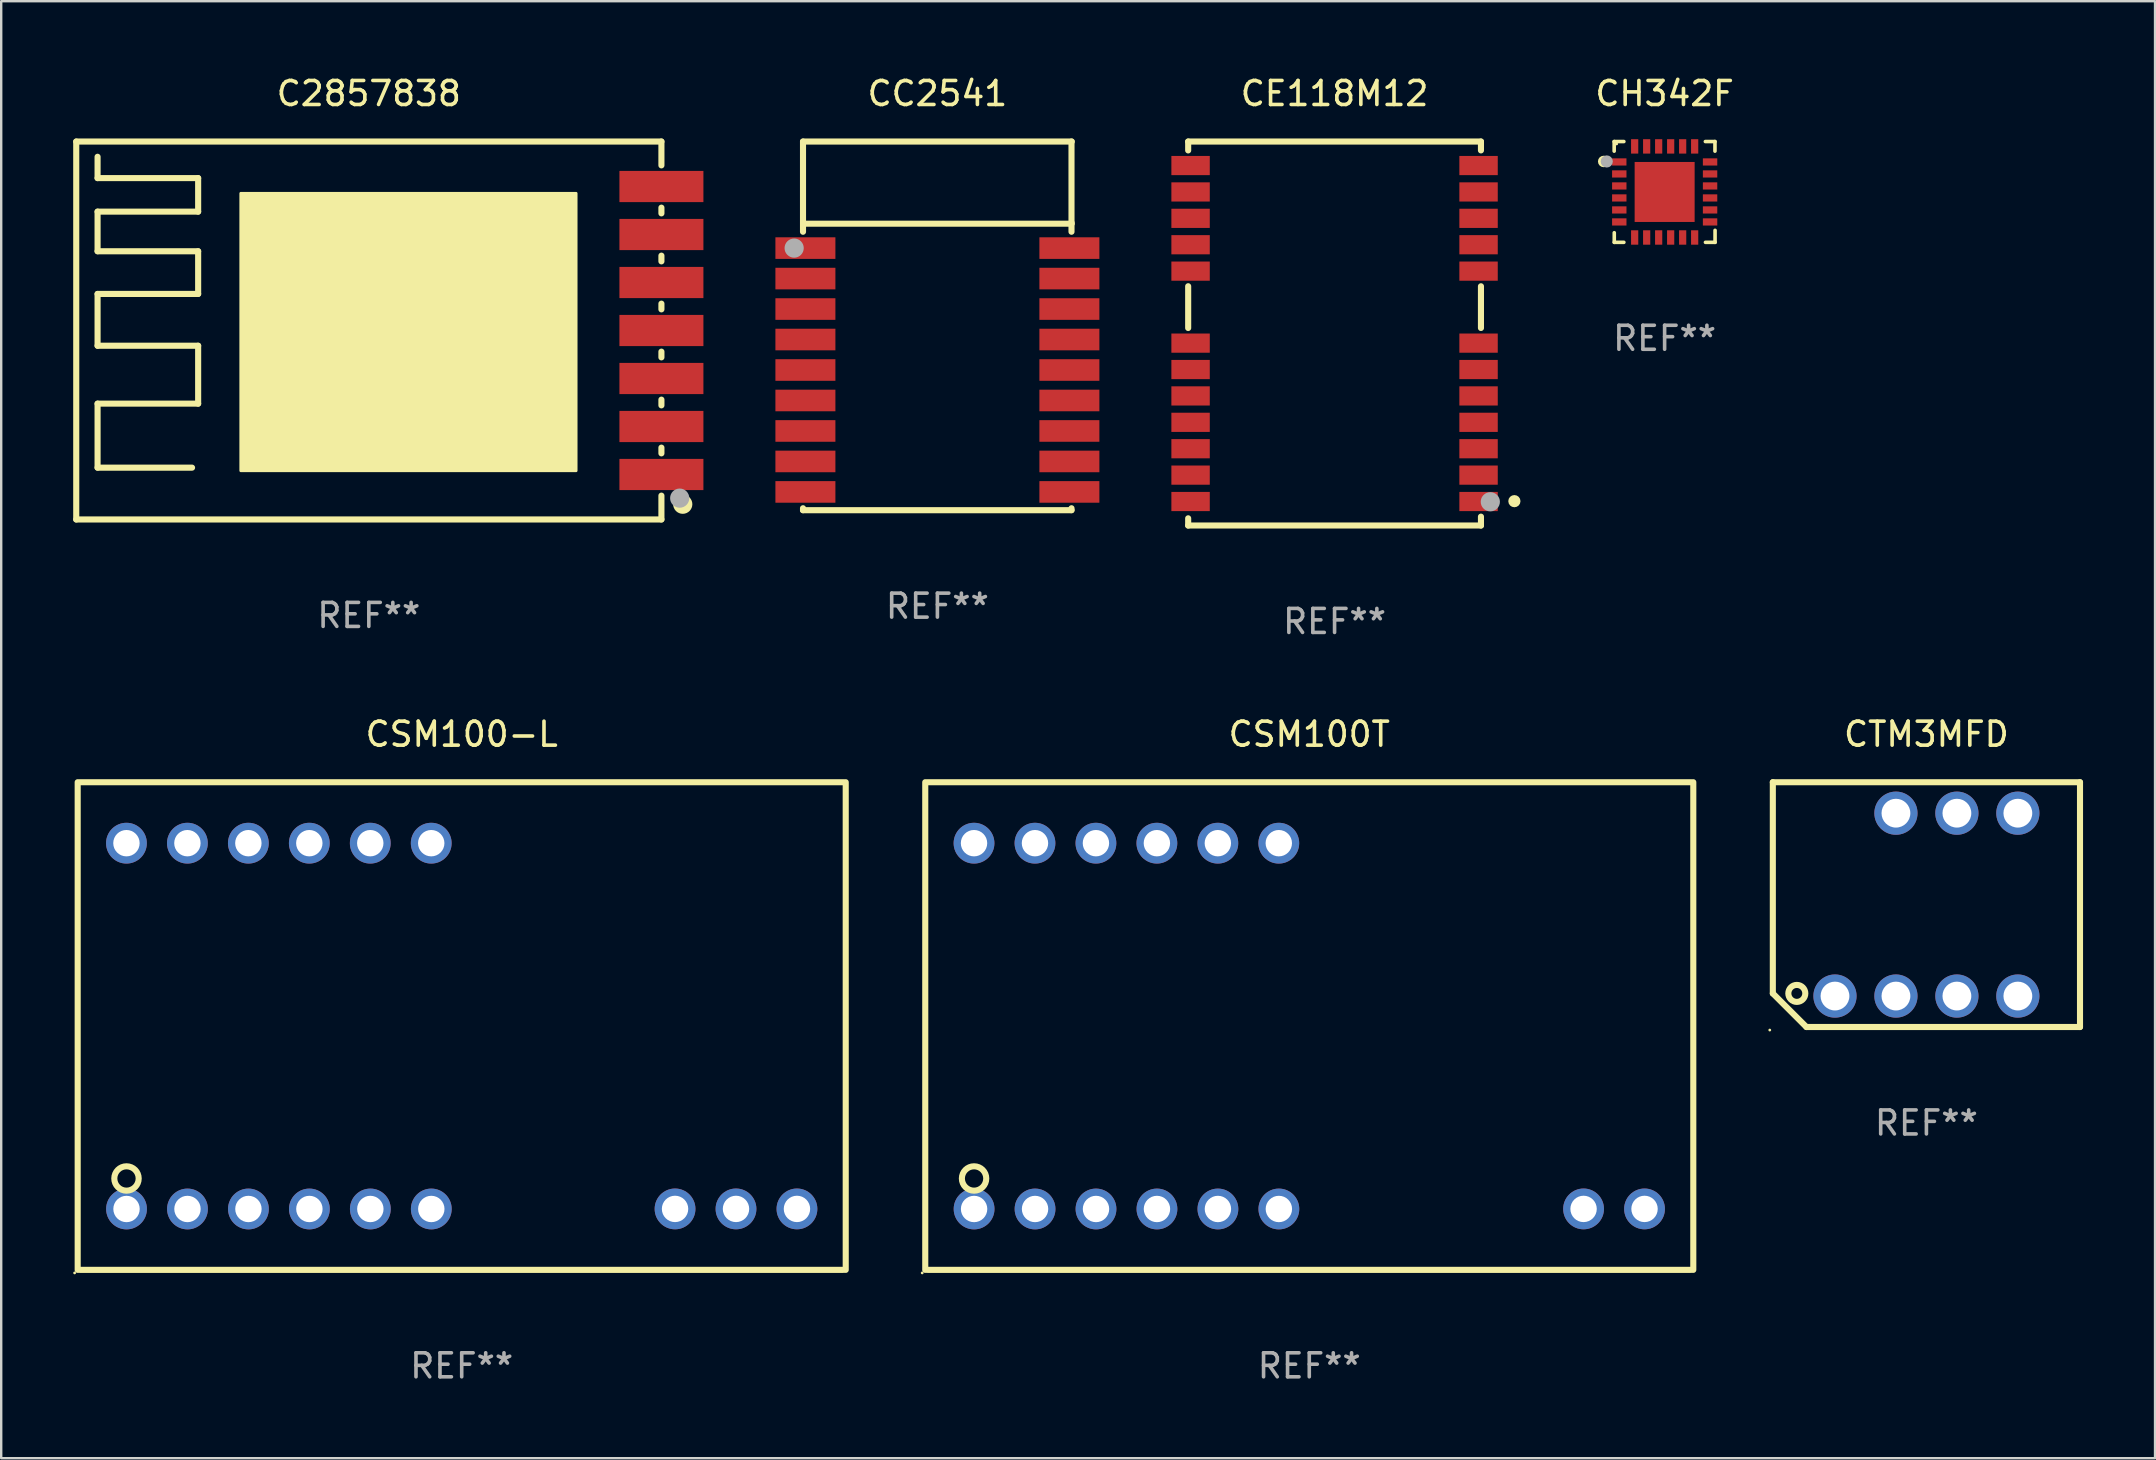
<source format=kicad_pcb>
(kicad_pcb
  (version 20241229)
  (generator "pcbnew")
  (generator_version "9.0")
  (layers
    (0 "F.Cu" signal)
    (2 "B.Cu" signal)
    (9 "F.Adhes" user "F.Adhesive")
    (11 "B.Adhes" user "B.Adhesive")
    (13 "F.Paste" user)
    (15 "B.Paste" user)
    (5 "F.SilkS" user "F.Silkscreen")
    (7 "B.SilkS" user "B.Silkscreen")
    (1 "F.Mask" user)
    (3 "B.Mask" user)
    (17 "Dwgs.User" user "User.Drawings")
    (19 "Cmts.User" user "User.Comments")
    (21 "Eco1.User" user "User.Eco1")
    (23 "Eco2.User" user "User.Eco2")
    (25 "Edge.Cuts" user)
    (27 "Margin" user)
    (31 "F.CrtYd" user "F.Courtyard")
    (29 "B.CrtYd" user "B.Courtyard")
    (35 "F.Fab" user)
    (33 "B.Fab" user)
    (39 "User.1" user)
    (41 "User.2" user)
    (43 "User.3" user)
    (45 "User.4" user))
  (footprint "CTM3MFD"
    (layer "F.Cu")
    (at 77.223 34.645)
    (property "Reference" "CTM3MFD" (at 0 -7.1 0) (layer "F.SilkS") (effects (font (size 1 1) (thickness 0.15))))
    (attr through_hole)
    (fp_line (start -6.4 -5.1) (end 6.4 -5.1) (stroke (width 0.254) (type solid)) (layer "F.SilkS"))
    (fp_line (start -6.4 3.7) (end -6.4 -5.1) (stroke (width 0.254) (type solid)) (layer "F.SilkS"))
    (fp_line (start -6.4 3.7) (end -5 5.1) (stroke (width 0.254) (type solid)) (layer "F.SilkS"))
    (fp_line (start 6.4 -5.1) (end 6.4 5.1) (stroke (width 0.254) (type solid)) (layer "F.SilkS"))
    (fp_line (start 6.4 5.1) (end -5 5.1) (stroke (width 0.254) (type solid)) (layer "F.SilkS"))
    (fp_circle (center -6.527 5.227) (end -6.497 5.227) (stroke (width 0.06) (type solid)) (fill no) (layer "F.SilkS"))
    (fp_circle (center -5.4 3.7) (end -5.046 3.7) (stroke (width 0.254) (type solid)) (fill no) (layer "F.SilkS"))
    (fp_text user "REF**" (at 0 9.1 0) (layer "F.Fab") (effects (font (size 1 1) (thickness 0.15))))
    (pad "1" thru_hole circle (at -3.81 3.81) (size 1.8 1.8) (drill 1.2) (layers "*.Cu" "*.Mask"))
    (pad "2" thru_hole circle (at -1.27 3.81) (size 1.8 1.8) (drill 1.2) (layers "*.Cu" "*.Mask"))
    (pad "3" thru_hole circle (at 1.27 3.81) (size 1.8 1.8) (drill 1.2) (layers "*.Cu" "*.Mask"))
    (pad "4" thru_hole circle (at 3.81 3.81) (size 1.8 1.8) (drill 1.2) (layers "*.Cu" "*.Mask"))
    (pad "5" thru_hole circle (at 3.81 -3.81) (size 1.8 1.8) (drill 1.2) (layers "*.Cu" "*.Mask"))
    (pad "6" thru_hole circle (at 1.27 -3.81) (size 1.8 1.8) (drill 1.2) (layers "*.Cu" "*.Mask"))
    (pad "7" thru_hole circle (at -1.27 -3.81) (size 1.8 1.8) (drill 1.2) (layers "*.Cu" "*.Mask")))
  (footprint "CSM100T"
    (layer "F.Cu")
    (at 51.507 39.705)
    (property "Reference" "CSM100T" (at 0 -12.16 0) (layer "F.SilkS") (effects (font (size 1 1) (thickness 0.15))))
    (attr through_hole)
    (fp_line (start -16.002 -10.16) (end -16.002 10.16) (stroke (width 0.254) (type solid)) (layer "F.SilkS"))
    (fp_line (start -15.9 -10.16) (end 15.9 -10.16) (stroke (width 0.254) (type solid)) (layer "F.SilkS"))
    (fp_line (start -15.9 10.16) (end 15.9 10.16) (stroke (width 0.254) (type solid)) (layer "F.SilkS"))
    (fp_line (start 16.002 -10.16) (end 16.002 10.16) (stroke (width 0.254) (type solid)) (layer "F.SilkS"))
    (fp_circle (center -16.129 10.287) (end -16.099 10.287) (stroke (width 0.06) (type solid)) (fill no) (layer "F.SilkS"))
    (fp_circle (center -13.968 6.352) (end -13.46 6.352) (stroke (width 0.254) (type solid)) (fill no) (layer "F.SilkS"))
    (fp_text user "REF**" (at 0 14.16 0) (layer "F.Fab") (effects (font (size 1 1) (thickness 0.15))))
    (pad "1" thru_hole circle (at -13.967 7.623) (size 1.7 1.7) (drill 1.1) (layers "*.Cu" "*.Mask"))
    (pad "2" thru_hole circle (at -11.427 7.623) (size 1.7 1.7) (drill 1.1) (layers "*.Cu" "*.Mask"))
    (pad "3" thru_hole circle (at -8.887 7.623) (size 1.7 1.7) (drill 1.1) (layers "*.Cu" "*.Mask"))
    (pad "4" thru_hole circle (at -6.347 7.623) (size 1.7 1.7) (drill 1.1) (layers "*.Cu" "*.Mask"))
    (pad "5" thru_hole circle (at -3.807 7.623) (size 1.7 1.7) (drill 1.1) (layers "*.Cu" "*.Mask"))
    (pad "6" thru_hole circle (at -1.267 7.623) (size 1.7 1.7) (drill 1.1) (layers "*.Cu" "*.Mask"))
    (pad "11" thru_hole circle (at 11.43 7.62) (size 1.7 1.7) (drill 1.1) (layers "*.Cu" "*.Mask"))
    (pad "12" thru_hole circle (at 13.97 7.62) (size 1.7 1.7) (drill 1.1) (layers "*.Cu" "*.Mask"))
    (pad "19" thru_hole circle (at -1.27 -7.62) (size 1.7 1.7) (drill 1.1) (layers "*.Cu" "*.Mask"))
    (pad "20" thru_hole circle (at -3.81 -7.62) (size 1.7 1.7) (drill 1.1) (layers "*.Cu" "*.Mask"))
    (pad "21" thru_hole circle (at -6.35 -7.62) (size 1.7 1.7) (drill 1.1) (layers "*.Cu" "*.Mask"))
    (pad "22" thru_hole circle (at -8.89 -7.62) (size 1.7 1.7) (drill 1.1) (layers "*.Cu" "*.Mask"))
    (pad "23" thru_hole circle (at -11.43 -7.62) (size 1.7 1.7) (drill 1.1) (layers "*.Cu" "*.Mask"))
    (pad "24" thru_hole circle (at -13.97 -7.62) (size 1.7 1.7) (drill 1.1) (layers "*.Cu" "*.Mask")))
  (footprint "CE118M12"
    (layer "F.Cu")
    (at 52.561 10.848)
    (property "Reference" "CE118M12" (at 0 -10 0) (layer "F.SilkS") (effects (font (size 1 1) (thickness 0.15))))
    (attr through_hole)
    (fp_line (start -6.1 -7.63) (end -6.1 -8) (stroke (width 0.254) (type solid)) (layer "F.SilkS"))
    (fp_line (start -6.1 -0.23) (end -6.1 -1.97) (stroke (width 0.254) (type solid)) (layer "F.SilkS"))
    (fp_line (start -6.1 8) (end -6.1 7.7) (stroke (width 0.254) (type solid)) (layer "F.SilkS"))
    (fp_line (start -6.1 8) (end 6.1 8) (stroke (width 0.254) (type solid)) (layer "F.SilkS"))
    (fp_line (start 6.1 -8) (end -6.1 -8) (stroke (width 0.254) (type solid)) (layer "F.SilkS"))
    (fp_line (start 6.1 -7.631) (end 6.1 -8) (stroke (width 0.254) (type solid)) (layer "F.SilkS"))
    (fp_line (start 6.1 -0.231) (end 6.1 -1.969) (stroke (width 0.254) (type solid)) (layer "F.SilkS"))
    (fp_line (start 6.1 8) (end 6.1 7.631) (stroke (width 0.254) (type solid)) (layer "F.SilkS"))
    (fp_circle (center 6 8) (end 6.03 8) (stroke (width 0.06) (type solid)) (fill no) (layer "F.SilkS"))
    (fp_circle (center 7.493 6.985) (end 7.62 6.985) (stroke (width 0.254) (type solid)) (fill no) (layer "F.SilkS"))
    (fp_circle (center 6.49 7.011) (end 6.69 7.011) (stroke (width 0.4) (type solid)) (fill no) (layer "F.Fab"))
    (fp_text user "REF**" (at 0 12 0) (layer "F.Fab") (effects (font (size 1 1) (thickness 0.15))))
    (pad "1" smd rect (at 6 7 90) (size 0.8 1.6) (layers "F.Cu" "F.Mask" "F.Paste"))
    (pad "2" smd rect (at 6 5.9 90) (size 0.8 1.6) (layers "F.Cu" "F.Mask" "F.Paste"))
    (pad "3" smd rect (at 6 4.8 90) (size 0.8 1.6) (layers "F.Cu" "F.Mask" "F.Paste"))
    (pad "4" smd rect (at 6 3.7 90) (size 0.8 1.6) (layers "F.Cu" "F.Mask" "F.Paste"))
    (pad "5" smd rect (at 6 2.6 90) (size 0.8 1.6) (layers "F.Cu" "F.Mask" "F.Paste"))
    (pad "6" smd rect (at 6 1.5 90) (size 0.8 1.6) (layers "F.Cu" "F.Mask" "F.Paste"))
    (pad "7" smd rect (at 6 0.4 90) (size 0.8 1.6) (layers "F.Cu" "F.Mask" "F.Paste"))
    (pad "8" smd rect (at 6 -2.6 90) (size 0.8 1.6) (layers "F.Cu" "F.Mask" "F.Paste"))
    (pad "9" smd rect (at 6 -3.7 90) (size 0.8 1.6) (layers "F.Cu" "F.Mask" "F.Paste"))
    (pad "10" smd rect (at 6 -4.8 90) (size 0.8 1.6) (layers "F.Cu" "F.Mask" "F.Paste"))
    (pad "11" smd rect (at 6 -5.9 90) (size 0.8 1.6) (layers "F.Cu" "F.Mask" "F.Paste"))
    (pad "12" smd rect (at 6 -7 90) (size 0.8 1.6) (layers "F.Cu" "F.Mask" "F.Paste"))
    (pad "13" smd rect (at -6 -7 90) (size 0.8 1.6) (layers "F.Cu" "F.Mask" "F.Paste"))
    (pad "14" smd rect (at -6 -5.9 90) (size 0.8 1.6) (layers "F.Cu" "F.Mask" "F.Paste"))
    (pad "15" smd rect (at -6 -4.8 90) (size 0.8 1.6) (layers "F.Cu" "F.Mask" "F.Paste"))
    (pad "16" smd rect (at -6 -3.7 90) (size 0.8 1.6) (layers "F.Cu" "F.Mask" "F.Paste"))
    (pad "17" smd rect (at -6 -2.6 90) (size 0.8 1.6) (layers "F.Cu" "F.Mask" "F.Paste"))
    (pad "18" smd rect (at -6 0.4 90) (size 0.8 1.6) (layers "F.Cu" "F.Mask" "F.Paste"))
    (pad "19" smd rect (at -6 1.5 90) (size 0.8 1.6) (layers "F.Cu" "F.Mask" "F.Paste"))
    (pad "20" smd rect (at -6 2.6 90) (size 0.8 1.6) (layers "F.Cu" "F.Mask" "F.Paste"))
    (pad "21" smd rect (at -6 3.7 90) (size 0.8 1.6) (layers "F.Cu" "F.Mask" "F.Paste"))
    (pad "22" smd rect (at -6 4.8 90) (size 0.8 1.6) (layers "F.Cu" "F.Mask" "F.Paste"))
    (pad "23" smd rect (at -6 5.9 90) (size 0.8 1.6) (layers "F.Cu" "F.Mask" "F.Paste"))
    (pad "24" smd rect (at -6 7 90) (size 0.8 1.6) (layers "F.Cu" "F.Mask" "F.Paste")))
  (footprint "C2857838"
    (layer "F.Cu")
    (at 12.319 10.722)
    (property "Reference" "C2857838" (at 0 -9.874 0) (layer "F.SilkS") (effects (font (size 1 1) (thickness 0.15))))
    (attr through_hole)
    (fp_line (start -12.192 -7.874) (end 12.192 -7.874) (stroke (width 0.254) (type solid)) (layer "F.SilkS"))
    (fp_line (start -12.192 7.874) (end -12.192 -7.874) (stroke (width 0.254) (type solid)) (layer "F.SilkS"))
    (fp_line (start -12.192 7.874) (end 12.192 7.874) (stroke (width 0.254) (type solid)) (layer "F.SilkS"))
    (fp_line (start -11.303 -6.35) (end -11.303 -7.239) (stroke (width 0.254) (type solid)) (layer "F.SilkS"))
    (fp_line (start -11.303 -4.953) (end -7.112 -4.953) (stroke (width 0.254) (type solid)) (layer "F.SilkS"))
    (fp_line (start -11.303 -3.302) (end -11.303 -4.953) (stroke (width 0.254) (type solid)) (layer "F.SilkS"))
    (fp_line (start -11.303 -1.524) (end -7.112 -1.524) (stroke (width 0.254) (type solid)) (layer "F.SilkS"))
    (fp_line (start -11.303 0.635) (end -11.303 -1.524) (stroke (width 0.254) (type solid)) (layer "F.SilkS"))
    (fp_line (start -11.303 3.048) (end -7.112 3.048) (stroke (width 0.254) (type solid)) (layer "F.SilkS"))
    (fp_line (start -11.303 5.715) (end -11.303 3.048) (stroke (width 0.254) (type solid)) (layer "F.SilkS"))
    (fp_line (start -7.366 5.715) (end -11.303 5.715) (stroke (width 0.254) (type solid)) (layer "F.SilkS"))
    (fp_line (start -7.112 -6.35) (end -11.303 -6.35) (stroke (width 0.254) (type solid)) (layer "F.SilkS"))
    (fp_line (start -7.112 -4.953) (end -7.112 -6.35) (stroke (width 0.254) (type solid)) (layer "F.SilkS"))
    (fp_line (start -7.112 -3.302) (end -11.303 -3.302) (stroke (width 0.254) (type solid)) (layer "F.SilkS"))
    (fp_line (start -7.112 -1.524) (end -7.112 -3.302) (stroke (width 0.254) (type solid)) (layer "F.SilkS"))
    (fp_line (start -7.112 0.635) (end -11.303 0.635) (stroke (width 0.254) (type solid)) (layer "F.SilkS"))
    (fp_line (start -7.112 3.048) (end -7.112 0.635) (stroke (width 0.254) (type solid)) (layer "F.SilkS"))
    (fp_line (start 12.192 -7.874) (end 12.192 -6.881) (stroke (width 0.254) (type solid)) (layer "F.SilkS"))
    (fp_line (start 12.192 -5.119) (end 12.192 -4.881) (stroke (width 0.254) (type solid)) (layer "F.SilkS"))
    (fp_line (start 12.192 -3.119) (end 12.192 -2.881) (stroke (width 0.254) (type solid)) (layer "F.SilkS"))
    (fp_line (start 12.192 -1.119) (end 12.192 -0.881) (stroke (width 0.254) (type solid)) (layer "F.SilkS"))
    (fp_line (start 12.192 0.881) (end 12.192 1.119) (stroke (width 0.254) (type solid)) (layer "F.SilkS"))
    (fp_line (start 12.192 2.881) (end 12.192 3.119) (stroke (width 0.254) (type solid)) (layer "F.SilkS"))
    (fp_line (start 12.192 4.881) (end 12.192 5.119) (stroke (width 0.254) (type solid)) (layer "F.SilkS"))
    (fp_line (start 12.192 6.881) (end 12.192 7.874) (stroke (width 0.254) (type solid)) (layer "F.SilkS"))
    (fp_circle (center 12.192 7.874) (end 12.222 7.874) (stroke (width 0.06) (type solid)) (fill no) (layer "F.SilkS"))
    (fp_circle (center 13.081 7.239) (end 13.281 7.239) (stroke (width 0.4) (type solid)) (fill no) (layer "F.SilkS"))
    (fp_poly (pts (xy -5.334 -5.715) (xy 8.636 -5.715) (xy 8.636 5.842) (xy -5.334 5.842)) (stroke (width 0.12) (type solid)) (fill yes) (layer "F.SilkS"))
    (fp_circle (center 12.954 6.985) (end 13.154 6.985) (stroke (width 0.4) (type solid)) (fill no) (layer "F.Fab"))
    (fp_text user "REF**" (at 0 11.874 0) (layer "F.Fab") (effects (font (size 1 1) (thickness 0.15))))
    (pad "1" smd rect (at 12.192 6 90) (size 1.3 3.5) (layers "F.Cu" "F.Mask" "F.Paste"))
    (pad "2" smd rect (at 12.192 4 90) (size 1.3 3.5) (layers "F.Cu" "F.Mask" "F.Paste"))
    (pad "3" smd rect (at 12.192 2 90) (size 1.3 3.5) (layers "F.Cu" "F.Mask" "F.Paste"))
    (pad "4" smd rect (at 12.192 0.000025 90) (size 1.3 3.5) (layers "F.Cu" "F.Mask" "F.Paste"))
    (pad "5" smd rect (at 12.192 -2 90) (size 1.3 3.5) (layers "F.Cu" "F.Mask" "F.Paste"))
    (pad "6" smd rect (at 12.192 -4 90) (size 1.3 3.5) (layers "F.Cu" "F.Mask" "F.Paste"))
    (pad "7" smd rect (at 12.192 -6 90) (size 1.3 3.5) (layers "F.Cu" "F.Mask" "F.Paste")))
  (footprint "CH342F"
    (layer "F.Cu")
    (at 66.314 4.948)
    (property "Reference" "CH342F" (at 0 -4.1 0) (layer "F.SilkS") (effects (font (size 1 1) (thickness 0.15))))
    (attr through_hole)
    (fp_line (start -2.102 -2.1) (end -1.698 -2.1) (stroke (width 0.15) (type solid)) (layer "F.SilkS"))
    (fp_line (start -2.102 -1.7) (end -2.102 -2.1) (stroke (width 0.15) (type solid)) (layer "F.SilkS"))
    (fp_line (start -2.098 1.7) (end -2.098 2.1) (stroke (width 0.15) (type solid)) (layer "F.SilkS"))
    (fp_line (start -2.098 2.1) (end -1.698 2.1) (stroke (width 0.15) (type solid)) (layer "F.SilkS"))
    (fp_line (start 1.698 -2.1) (end 2.098 -2.1) (stroke (width 0.15) (type solid)) (layer "F.SilkS"))
    (fp_line (start 2.098 -2.1) (end 2.098 -1.7) (stroke (width 0.15) (type solid)) (layer "F.SilkS"))
    (fp_line (start 2.102 1.6) (end 2.102 2.1) (stroke (width 0.15) (type solid)) (layer "F.SilkS"))
    (fp_line (start 2.102 2.1) (end 1.702 2.1) (stroke (width 0.15) (type solid)) (layer "F.SilkS"))
    (fp_circle (center -2.538 -1.27) (end -2.418 -1.27) (stroke (width 0.24) (type solid)) (fill no) (layer "F.SilkS"))
    (fp_circle (center -1.998 -2) (end -1.968 -2) (stroke (width 0.06) (type solid)) (fill no) (layer "F.SilkS"))
    (fp_circle (center -2.411 -1.27) (end -2.284 -1.27) (stroke (width 0.254) (type solid)) (fill no) (layer "F.Fab"))
    (fp_text user "REF**" (at 0 6.1 0) (layer "F.Fab") (effects (font (size 1 1) (thickness 0.15))))
    (pad "1" smd rect (at -1.89 -1.25 90) (size 0.3 0.6) (layers "F.Cu" "F.Mask" "F.Paste"))
    (pad "2" smd rect (at -1.889 -0.75 90) (size 0.3 0.6) (layers "F.Cu" "F.Mask" "F.Paste"))
    (pad "3" smd rect (at -1.889 -0.25 90) (size 0.3 0.6) (layers "F.Cu" "F.Mask" "F.Paste"))
    (pad "4" smd rect (at -1.889 0.25 90) (size 0.3 0.6) (layers "F.Cu" "F.Mask" "F.Paste"))
    (pad "5" smd rect (at -1.889 0.75 90) (size 0.3 0.6) (layers "F.Cu" "F.Mask" "F.Paste"))
    (pad "6" smd rect (at -1.889 1.25 90) (size 0.3 0.6) (layers "F.Cu" "F.Mask" "F.Paste"))
    (pad "7" smd rect (at -1.248 1.898 180) (size 0.3 0.6) (layers "F.Cu" "F.Mask" "F.Paste"))
    (pad "8" smd rect (at -0.748 1.898 180) (size 0.3 0.6) (layers "F.Cu" "F.Mask" "F.Paste"))
    (pad "9" smd rect (at -0.248 1.898 180) (size 0.3 0.6) (layers "F.Cu" "F.Mask" "F.Paste"))
    (pad "10" smd rect (at 0.252 1.898 180) (size 0.3 0.6) (layers "F.Cu" "F.Mask" "F.Paste"))
    (pad "11" smd rect (at 0.752 1.898 180) (size 0.3 0.6) (layers "F.Cu" "F.Mask" "F.Paste"))
    (pad "12" smd rect (at 1.252 1.898 180) (size 0.3 0.6) (layers "F.Cu" "F.Mask" "F.Paste"))
    (pad "13" smd rect (at 1.894 1.25 270) (size 0.3 0.6) (layers "F.Cu" "F.Mask" "F.Paste"))
    (pad "14" smd rect (at 1.894 0.75 270) (size 0.3 0.6) (layers "F.Cu" "F.Mask" "F.Paste"))
    (pad "15" smd rect (at 1.894 0.25 270) (size 0.3 0.6) (layers "F.Cu" "F.Mask" "F.Paste"))
    (pad "16" smd rect (at 1.894 -0.25 270) (size 0.3 0.6) (layers "F.Cu" "F.Mask" "F.Paste"))
    (pad "17" smd rect (at 1.894 -0.75 270) (size 0.3 0.6) (layers "F.Cu" "F.Mask" "F.Paste"))
    (pad "18" smd rect (at 1.894 -1.25 270) (size 0.3 0.6) (layers "F.Cu" "F.Mask" "F.Paste"))
    (pad "19" smd rect (at 1.252 -1.898) (size 0.3 0.6) (layers "F.Cu" "F.Mask" "F.Paste"))
    (pad "20" smd rect (at 0.752 -1.898) (size 0.3 0.6) (layers "F.Cu" "F.Mask" "F.Paste"))
    (pad "21" smd rect (at 0.252 -1.898) (size 0.3 0.6) (layers "F.Cu" "F.Mask" "F.Paste"))
    (pad "22" smd rect (at -0.248 -1.898) (size 0.3 0.6) (layers "F.Cu" "F.Mask" "F.Paste"))
    (pad "23" smd rect (at -0.748 -1.898) (size 0.3 0.6) (layers "F.Cu" "F.Mask" "F.Paste"))
    (pad "24" smd rect (at -1.248 -1.898) (size 0.3 0.6) (layers "F.Cu" "F.Mask" "F.Paste"))
    (pad "25" smd rect (at 0.001 0.001) (size 2.5 2.5) (layers "F.Cu" "F.Mask" "F.Paste")))
  (footprint "CSM100-L"
    (layer "F.Cu")
    (at 16.189 39.705)
    (property "Reference" "CSM100-L" (at 0 -12.16 0) (layer "F.SilkS") (effects (font (size 1 1) (thickness 0.15))))
    (attr through_hole)
    (fp_line (start -16.002 -10.16) (end -16.002 10.16) (stroke (width 0.254) (type solid)) (layer "F.SilkS"))
    (fp_line (start -15.9 -10.16) (end 15.9 -10.16) (stroke (width 0.254) (type solid)) (layer "F.SilkS"))
    (fp_line (start -15.9 10.16) (end 15.9 10.16) (stroke (width 0.254) (type solid)) (layer "F.SilkS"))
    (fp_line (start 16.002 -10.16) (end 16.002 10.16) (stroke (width 0.254) (type solid)) (layer "F.SilkS"))
    (fp_circle (center -16.129 10.287) (end -16.099 10.287) (stroke (width 0.06) (type solid)) (fill no) (layer "F.SilkS"))
    (fp_circle (center -13.968 6.352) (end -13.46 6.352) (stroke (width 0.254) (type solid)) (fill no) (layer "F.SilkS"))
    (fp_text user "REF**" (at 0 14.16 0) (layer "F.Fab") (effects (font (size 1 1) (thickness 0.15))))
    (pad "1" thru_hole circle (at -13.967 7.623) (size 1.7 1.7) (drill 1.1) (layers "*.Cu" "*.Mask"))
    (pad "2" thru_hole circle (at -11.427 7.623) (size 1.7 1.7) (drill 1.1) (layers "*.Cu" "*.Mask"))
    (pad "3" thru_hole circle (at -8.887 7.623) (size 1.7 1.7) (drill 1.1) (layers "*.Cu" "*.Mask"))
    (pad "4" thru_hole circle (at -6.347 7.623) (size 1.7 1.7) (drill 1.1) (layers "*.Cu" "*.Mask"))
    (pad "5" thru_hole circle (at -3.807 7.623) (size 1.7 1.7) (drill 1.1) (layers "*.Cu" "*.Mask"))
    (pad "6" thru_hole circle (at -1.267 7.623) (size 1.7 1.7) (drill 1.1) (layers "*.Cu" "*.Mask"))
    (pad "10" thru_hole circle (at 8.89 7.62) (size 1.7 1.7) (drill 1.1) (layers "*.Cu" "*.Mask"))
    (pad "11" thru_hole circle (at 11.43 7.62) (size 1.7 1.7) (drill 1.1) (layers "*.Cu" "*.Mask"))
    (pad "12" thru_hole circle (at 13.97 7.62) (size 1.7 1.7) (drill 1.1) (layers "*.Cu" "*.Mask"))
    (pad "19" thru_hole circle (at -1.27 -7.62) (size 1.7 1.7) (drill 1.1) (layers "*.Cu" "*.Mask"))
    (pad "20" thru_hole circle (at -3.81 -7.62) (size 1.7 1.7) (drill 1.1) (layers "*.Cu" "*.Mask"))
    (pad "21" thru_hole circle (at -6.35 -7.62) (size 1.7 1.7) (drill 1.1) (layers "*.Cu" "*.Mask"))
    (pad "22" thru_hole circle (at -8.89 -7.62) (size 1.7 1.7) (drill 1.1) (layers "*.Cu" "*.Mask"))
    (pad "23" thru_hole circle (at -11.43 -7.62) (size 1.7 1.7) (drill 1.1) (layers "*.Cu" "*.Mask"))
    (pad "24" thru_hole circle (at -13.97 -7.62) (size 1.7 1.7) (drill 1.1) (layers "*.Cu" "*.Mask")))
  (footprint "CC2541"
    (layer "F.Cu")
    (at 36.011 10.529)
    (property "Reference" "CC2541" (at 0 -9.681 0) (layer "F.SilkS") (effects (font (size 1 1) (thickness 0.15))))
    (attr through_hole)
    (fp_line (start -5.6 -7.681) (end -5.6 -3.922) (stroke (width 0.254) (type solid)) (layer "F.SilkS"))
    (fp_line (start -5.6 -7.681) (end 5.6 -7.681) (stroke (width 0.254) (type solid)) (layer "F.SilkS"))
    (fp_line (start -5.6 7.6) (end -5.6 7.681) (stroke (width 0.254) (type solid)) (layer "F.SilkS"))
    (fp_line (start -5.6 7.681) (end 5.588 7.681) (stroke (width 0.254) (type solid)) (layer "F.SilkS"))
    (fp_line (start -5.588 -4.257) (end 5.588 -4.257) (stroke (width 0.254) (type solid)) (layer "F.SilkS"))
    (fp_line (start 5.588 -4.257) (end 5.588 -4.305) (stroke (width 0.254) (type solid)) (layer "F.SilkS"))
    (fp_line (start 5.588 -3.922) (end 5.588 -7.681) (stroke (width 0.254) (type solid)) (layer "F.SilkS"))
    (fp_line (start 5.588 7.681) (end 5.588 7.6) (stroke (width 0.254) (type solid)) (layer "F.SilkS"))
    (fp_circle (center -5.6 -7.681) (end -5.57 -7.681) (stroke (width 0.06) (type solid)) (fill no) (layer "F.SilkS"))
    (fp_circle (center -5.969 -3.241) (end -5.769 -3.241) (stroke (width 0.4) (type solid)) (fill no) (layer "F.Fab"))
    (fp_text user "REF**" (at 0 11.681 0) (layer "F.Fab") (effects (font (size 1 1) (thickness 0.15))))
    (pad "1" smd rect (at -5.5 -3.241) (size 2.5 0.9) (layers "F.Cu" "F.Mask" "F.Paste"))
    (pad "2" smd rect (at -5.5 -1.971) (size 2.5 0.9) (layers "F.Cu" "F.Mask" "F.Paste"))
    (pad "3" smd rect (at -5.5 -0.701) (size 2.5 0.9) (layers "F.Cu" "F.Mask" "F.Paste"))
    (pad "4" smd rect (at -5.5 0.569) (size 2.5 0.9) (layers "F.Cu" "F.Mask" "F.Paste"))
    (pad "5" smd rect (at -5.5 1.839) (size 2.5 0.9) (layers "F.Cu" "F.Mask" "F.Paste"))
    (pad "6" smd rect (at -5.5 3.109) (size 2.5 0.9) (layers "F.Cu" "F.Mask" "F.Paste"))
    (pad "7" smd rect (at -5.5 4.379) (size 2.5 0.9) (layers "F.Cu" "F.Mask" "F.Paste"))
    (pad "8" smd rect (at -5.5 5.649) (size 2.5 0.9) (layers "F.Cu" "F.Mask" "F.Paste"))
    (pad "9" smd rect (at -5.5 6.919) (size 2.5 0.9) (layers "F.Cu" "F.Mask" "F.Paste"))
    (pad "10" smd rect (at 5.5 6.919) (size 2.5 0.9) (layers "F.Cu" "F.Mask" "F.Paste"))
    (pad "11" smd rect (at 5.5 5.649) (size 2.5 0.9) (layers "F.Cu" "F.Mask" "F.Paste"))
    (pad "12" smd rect (at 5.5 4.379) (size 2.5 0.9) (layers "F.Cu" "F.Mask" "F.Paste"))
    (pad "13" smd rect (at 5.5 3.109) (size 2.5 0.9) (layers "F.Cu" "F.Mask" "F.Paste"))
    (pad "14" smd rect (at 5.5 1.839) (size 2.5 0.9) (layers "F.Cu" "F.Mask" "F.Paste"))
    (pad "15" smd rect (at 5.5 0.569) (size 2.5 0.9) (layers "F.Cu" "F.Mask" "F.Paste"))
    (pad "16" smd rect (at 5.5 -0.701) (size 2.5 0.9) (layers "F.Cu" "F.Mask" "F.Paste"))
    (pad "17" smd rect (at 5.5 -1.971) (size 2.5 0.9) (layers "F.Cu" "F.Mask" "F.Paste"))
    (pad "18" smd rect (at 5.5 -3.241) (size 2.5 0.9) (layers "F.Cu" "F.Mask" "F.Paste")))
  (gr_rect
    (start -3 -3)
    (end 86.75 57.713)
    (stroke (width 0.1) (type default))
    (fill no)
    (layer "Edge.Cuts")))
</source>
